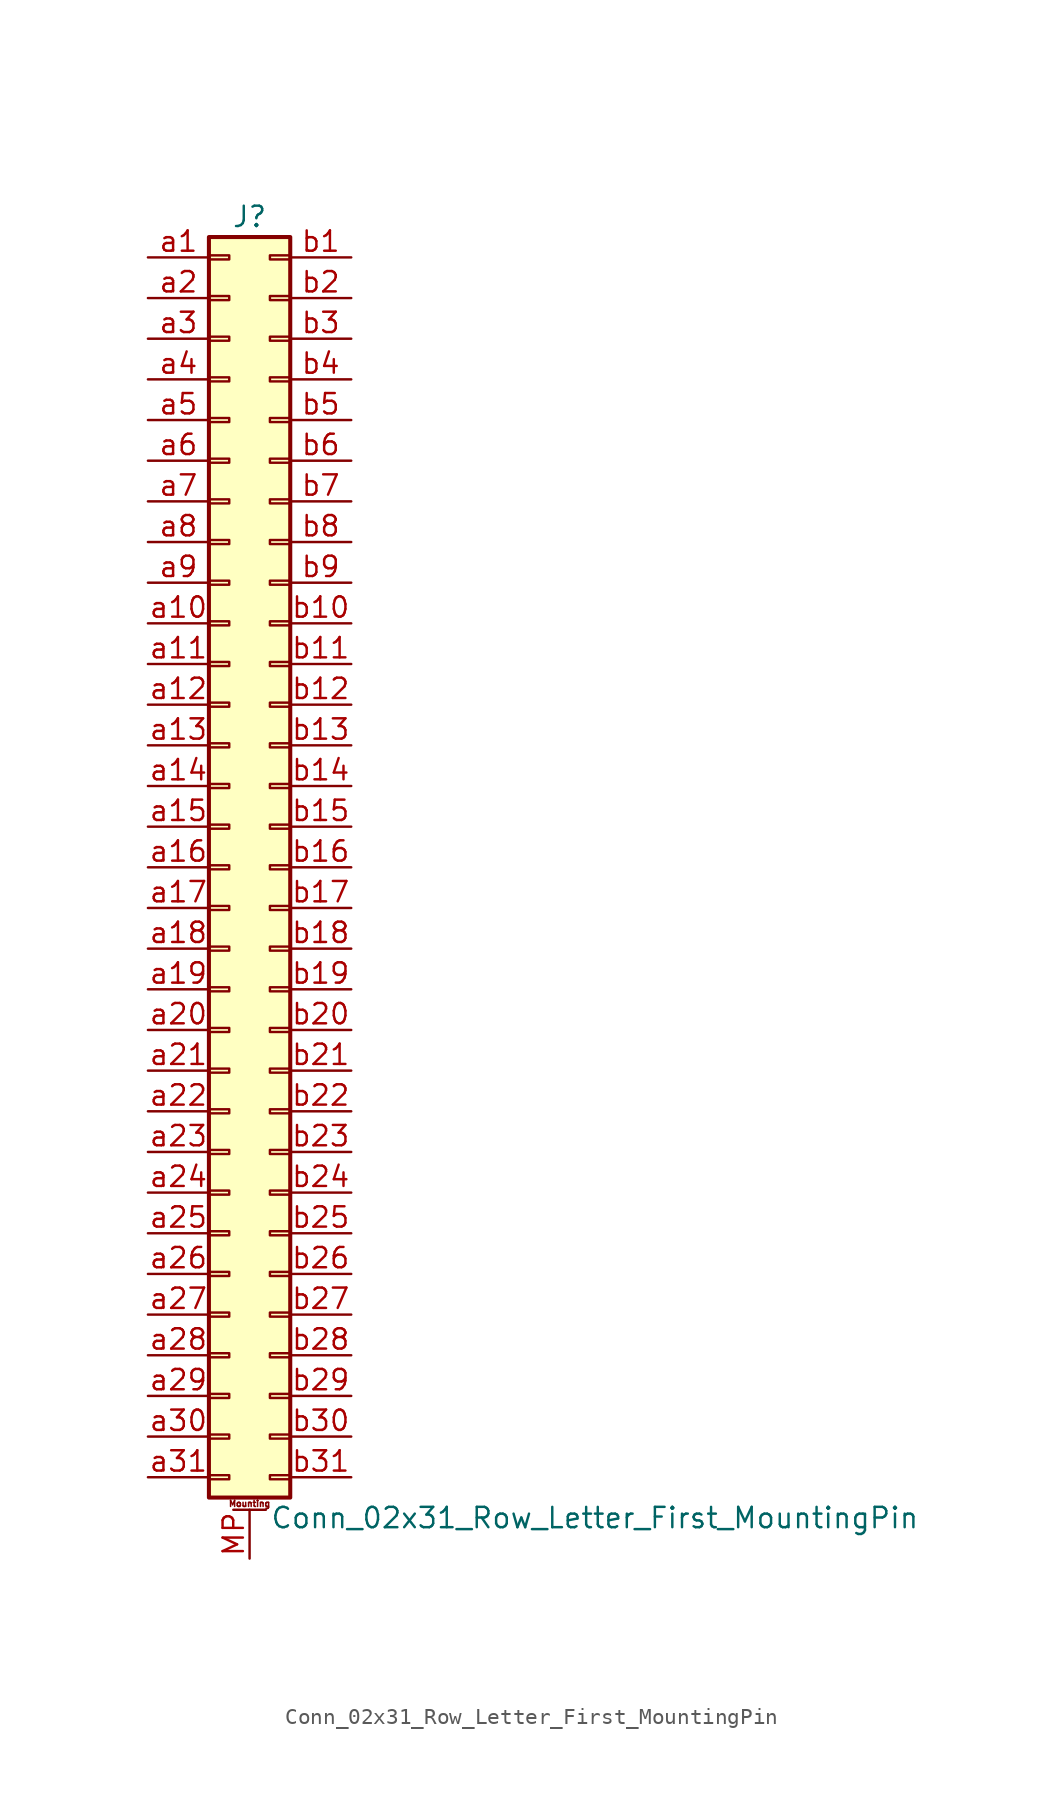
<source format=kicad_sym>
(kicad_symbol_lib
  (version 20201005)
  (generator kicad_symbol_editor)
  (symbol "Conn_02x31_Row_Letter_First_MountingPin"
    (pin_names
      (offset 1.016) hide)
    (property "Reference" "J"
      (at 1.27 40.64 0)
      (effects (font (size 1.27 1.27))))
    (property "Value" "Conn_02x31_Row_Letter_First_MountingPin"
      (at 2.54 -40.64 0)
      (effects (font (size 1.27 1.27)) (justify left)))
    (symbol "Conn_02x31_Row_Letter_First_MountingPin_1_1"
      (text "Mounting" (at 1.27 -39.751 0) (effects (font (size 0.381 0.381))))
      (rectangle (start -1.27 -37.973) (end 0 -38.227) (stroke (width 0.152)) (fill (type none)))
      (rectangle (start -1.27 -35.433) (end 0 -35.687) (stroke (width 0.152)) (fill (type none)))
      (rectangle (start -1.27 -32.893) (end 0 -33.147) (stroke (width 0.152)) (fill (type none)))
      (rectangle (start -1.27 -30.353) (end 0 -30.607) (stroke (width 0.152)) (fill (type none)))
      (rectangle (start -1.27 -27.813) (end 0 -28.067) (stroke (width 0.152)) (fill (type none)))
      (rectangle (start -1.27 -25.273) (end 0 -25.527) (stroke (width 0.152)) (fill (type none)))
      (rectangle (start -1.27 -22.733) (end 0 -22.987) (stroke (width 0.152)) (fill (type none)))
      (rectangle (start -1.27 -20.193) (end 0 -20.447) (stroke (width 0.152)) (fill (type none)))
      (rectangle (start -1.27 -17.653) (end 0 -17.907) (stroke (width 0.152)) (fill (type none)))
      (rectangle (start -1.27 -15.113) (end 0 -15.367) (stroke (width 0.152)) (fill (type none)))
      (rectangle (start -1.27 -12.573) (end 0 -12.827) (stroke (width 0.152)) (fill (type none)))
      (rectangle (start -1.27 -10.033) (end 0 -10.287) (stroke (width 0.152)) (fill (type none)))
      (rectangle (start -1.27 -7.493) (end 0 -7.747) (stroke (width 0.152)) (fill (type none)))
      (rectangle (start -1.27 -4.953) (end 0 -5.207) (stroke (width 0.152)) (fill (type none)))
      (rectangle (start -1.27 -2.413) (end 0 -2.667) (stroke (width 0.152)) (fill (type none)))
      (rectangle (start -1.27 0.127) (end 0 -0.127) (stroke (width 0.152)) (fill (type none)))
      (rectangle (start -1.27 2.667) (end 0 2.413) (stroke (width 0.152)) (fill (type none)))
      (rectangle (start -1.27 5.207) (end 0 4.953) (stroke (width 0.152)) (fill (type none)))
      (rectangle (start -1.27 7.747) (end 0 7.493) (stroke (width 0.152)) (fill (type none)))
      (rectangle (start -1.27 10.287) (end 0 10.033) (stroke (width 0.152)) (fill (type none)))
      (rectangle (start -1.27 12.827) (end 0 12.573) (stroke (width 0.152)) (fill (type none)))
      (rectangle (start -1.27 15.367) (end 0 15.113) (stroke (width 0.152)) (fill (type none)))
      (rectangle (start -1.27 17.907) (end 0 17.653) (stroke (width 0.152)) (fill (type none)))
      (rectangle (start -1.27 20.447) (end 0 20.193) (stroke (width 0.152)) (fill (type none)))
      (rectangle (start -1.27 22.987) (end 0 22.733) (stroke (width 0.152)) (fill (type none)))
      (rectangle (start -1.27 25.527) (end 0 25.273) (stroke (width 0.152)) (fill (type none)))
      (rectangle (start -1.27 28.067) (end 0 27.813) (stroke (width 0.152)) (fill (type none)))
      (rectangle (start -1.27 30.607) (end 0 30.353) (stroke (width 0.152)) (fill (type none)))
      (rectangle (start -1.27 33.147) (end 0 32.893) (stroke (width 0.152)) (fill (type none)))
      (rectangle (start -1.27 35.687) (end 0 35.433) (stroke (width 0.152)) (fill (type none)))
      (rectangle (start -1.27 38.227) (end 0 37.973) (stroke (width 0.152)) (fill (type none)))
      (rectangle (start 3.81 -37.973) (end 2.54 -38.227) (stroke (width 0.152)) (fill (type none)))
      (rectangle (start 3.81 -35.433) (end 2.54 -35.687) (stroke (width 0.152)) (fill (type none)))
      (rectangle (start 3.81 -32.893) (end 2.54 -33.147) (stroke (width 0.152)) (fill (type none)))
      (rectangle (start 3.81 -30.353) (end 2.54 -30.607) (stroke (width 0.152)) (fill (type none)))
      (rectangle (start 3.81 -27.813) (end 2.54 -28.067) (stroke (width 0.152)) (fill (type none)))
      (rectangle (start 3.81 -25.273) (end 2.54 -25.527) (stroke (width 0.152)) (fill (type none)))
      (rectangle (start 3.81 -22.733) (end 2.54 -22.987) (stroke (width 0.152)) (fill (type none)))
      (rectangle (start 3.81 -20.193) (end 2.54 -20.447) (stroke (width 0.152)) (fill (type none)))
      (rectangle (start 3.81 -17.653) (end 2.54 -17.907) (stroke (width 0.152)) (fill (type none)))
      (rectangle (start 3.81 -15.113) (end 2.54 -15.367) (stroke (width 0.152)) (fill (type none)))
      (rectangle (start 3.81 -12.573) (end 2.54 -12.827) (stroke (width 0.152)) (fill (type none)))
      (rectangle (start 3.81 -10.033) (end 2.54 -10.287) (stroke (width 0.152)) (fill (type none)))
      (rectangle (start 3.81 -7.493) (end 2.54 -7.747) (stroke (width 0.152)) (fill (type none)))
      (rectangle (start 3.81 -4.953) (end 2.54 -5.207) (stroke (width 0.152)) (fill (type none)))
      (rectangle (start 3.81 -2.413) (end 2.54 -2.667) (stroke (width 0.152)) (fill (type none)))
      (rectangle (start 3.81 0.127) (end 2.54 -0.127) (stroke (width 0.152)) (fill (type none)))
      (rectangle (start 3.81 2.667) (end 2.54 2.413) (stroke (width 0.152)) (fill (type none)))
      (rectangle (start 3.81 5.207) (end 2.54 4.953) (stroke (width 0.152)) (fill (type none)))
      (rectangle (start 3.81 7.747) (end 2.54 7.493) (stroke (width 0.152)) (fill (type none)))
      (rectangle (start 3.81 10.287) (end 2.54 10.033) (stroke (width 0.152)) (fill (type none)))
      (rectangle (start 3.81 12.827) (end 2.54 12.573) (stroke (width 0.152)) (fill (type none)))
      (rectangle (start 3.81 15.367) (end 2.54 15.113) (stroke (width 0.152)) (fill (type none)))
      (rectangle (start 3.81 17.907) (end 2.54 17.653) (stroke (width 0.152)) (fill (type none)))
      (rectangle (start 3.81 20.447) (end 2.54 20.193) (stroke (width 0.152)) (fill (type none)))
      (rectangle (start 3.81 22.987) (end 2.54 22.733) (stroke (width 0.152)) (fill (type none)))
      (rectangle (start 3.81 25.527) (end 2.54 25.273) (stroke (width 0.152)) (fill (type none)))
      (rectangle (start 3.81 28.067) (end 2.54 27.813) (stroke (width 0.152)) (fill (type none)))
      (rectangle (start 3.81 30.607) (end 2.54 30.353) (stroke (width 0.152)) (fill (type none)))
      (rectangle (start 3.81 33.147) (end 2.54 32.893) (stroke (width 0.152)) (fill (type none)))
      (rectangle (start 3.81 35.687) (end 2.54 35.433) (stroke (width 0.152)) (fill (type none)))
      (rectangle (start 3.81 38.227) (end 2.54 37.973) (stroke (width 0.152)) (fill (type none)))
      (rectangle (start -1.27 39.37) (end 3.81 -39.37) (stroke (width 0.254)) (fill (type background)))
      (polyline (pts (xy 0.254 -40.132) (xy 2.286 -40.132)) (stroke (width 0.152)) (fill (type none)))
      (pin passive line (at 1.27 -43.18 90) (length 3.048) (name "MountPin" (effects (font (size 1.27 1.27)))) (number "MP" (effects (font (size 1.27 1.27)))))
      (pin passive line (at -5.08 38.1 0) (length 3.81) (name "Pin_a1" (effects (font (size 1.27 1.27)))) (number "a1" (effects (font (size 1.27 1.27)))))
      (pin passive line (at -5.08 15.24 0) (length 3.81) (name "Pin_a10" (effects (font (size 1.27 1.27)))) (number "a10" (effects (font (size 1.27 1.27)))))
      (pin passive line (at -5.08 12.7 0) (length 3.81) (name "Pin_a11" (effects (font (size 1.27 1.27)))) (number "a11" (effects (font (size 1.27 1.27)))))
      (pin passive line (at -5.08 10.16 0) (length 3.81) (name "Pin_a12" (effects (font (size 1.27 1.27)))) (number "a12" (effects (font (size 1.27 1.27)))))
      (pin passive line (at -5.08 7.62 0) (length 3.81) (name "Pin_a13" (effects (font (size 1.27 1.27)))) (number "a13" (effects (font (size 1.27 1.27)))))
      (pin passive line (at -5.08 5.08 0) (length 3.81) (name "Pin_a14" (effects (font (size 1.27 1.27)))) (number "a14" (effects (font (size 1.27 1.27)))))
      (pin passive line (at -5.08 2.54 0) (length 3.81) (name "Pin_a15" (effects (font (size 1.27 1.27)))) (number "a15" (effects (font (size 1.27 1.27)))))
      (pin passive line (at -5.08 0 0) (length 3.81) (name "Pin_a16" (effects (font (size 1.27 1.27)))) (number "a16" (effects (font (size 1.27 1.27)))))
      (pin passive line (at -5.08 -2.54 0) (length 3.81) (name "Pin_a17" (effects (font (size 1.27 1.27)))) (number "a17" (effects (font (size 1.27 1.27)))))
      (pin passive line (at -5.08 -5.08 0) (length 3.81) (name "Pin_a18" (effects (font (size 1.27 1.27)))) (number "a18" (effects (font (size 1.27 1.27)))))
      (pin passive line (at -5.08 -7.62 0) (length 3.81) (name "Pin_a19" (effects (font (size 1.27 1.27)))) (number "a19" (effects (font (size 1.27 1.27)))))
      (pin passive line (at -5.08 35.56 0) (length 3.81) (name "Pin_a2" (effects (font (size 1.27 1.27)))) (number "a2" (effects (font (size 1.27 1.27)))))
      (pin passive line (at -5.08 -10.16 0) (length 3.81) (name "Pin_a20" (effects (font (size 1.27 1.27)))) (number "a20" (effects (font (size 1.27 1.27)))))
      (pin passive line (at -5.08 -12.7 0) (length 3.81) (name "Pin_a21" (effects (font (size 1.27 1.27)))) (number "a21" (effects (font (size 1.27 1.27)))))
      (pin passive line (at -5.08 -15.24 0) (length 3.81) (name "Pin_a22" (effects (font (size 1.27 1.27)))) (number "a22" (effects (font (size 1.27 1.27)))))
      (pin passive line (at -5.08 -17.78 0) (length 3.81) (name "Pin_a23" (effects (font (size 1.27 1.27)))) (number "a23" (effects (font (size 1.27 1.27)))))
      (pin passive line (at -5.08 -20.32 0) (length 3.81) (name "Pin_a24" (effects (font (size 1.27 1.27)))) (number "a24" (effects (font (size 1.27 1.27)))))
      (pin passive line (at -5.08 -22.86 0) (length 3.81) (name "Pin_a25" (effects (font (size 1.27 1.27)))) (number "a25" (effects (font (size 1.27 1.27)))))
      (pin passive line (at -5.08 -25.4 0) (length 3.81) (name "Pin_a26" (effects (font (size 1.27 1.27)))) (number "a26" (effects (font (size 1.27 1.27)))))
      (pin passive line (at -5.08 -27.94 0) (length 3.81) (name "Pin_a27" (effects (font (size 1.27 1.27)))) (number "a27" (effects (font (size 1.27 1.27)))))
      (pin passive line (at -5.08 -30.48 0) (length 3.81) (name "Pin_a28" (effects (font (size 1.27 1.27)))) (number "a28" (effects (font (size 1.27 1.27)))))
      (pin passive line (at -5.08 -33.02 0) (length 3.81) (name "Pin_a29" (effects (font (size 1.27 1.27)))) (number "a29" (effects (font (size 1.27 1.27)))))
      (pin passive line (at -5.08 33.02 0) (length 3.81) (name "Pin_a3" (effects (font (size 1.27 1.27)))) (number "a3" (effects (font (size 1.27 1.27)))))
      (pin passive line (at -5.08 -35.56 0) (length 3.81) (name "Pin_a30" (effects (font (size 1.27 1.27)))) (number "a30" (effects (font (size 1.27 1.27)))))
      (pin passive line (at -5.08 -38.1 0) (length 3.81) (name "Pin_a31" (effects (font (size 1.27 1.27)))) (number "a31" (effects (font (size 1.27 1.27)))))
      (pin passive line (at -5.08 30.48 0) (length 3.81) (name "Pin_a4" (effects (font (size 1.27 1.27)))) (number "a4" (effects (font (size 1.27 1.27)))))
      (pin passive line (at -5.08 27.94 0) (length 3.81) (name "Pin_a5" (effects (font (size 1.27 1.27)))) (number "a5" (effects (font (size 1.27 1.27)))))
      (pin passive line (at -5.08 25.4 0) (length 3.81) (name "Pin_a6" (effects (font (size 1.27 1.27)))) (number "a6" (effects (font (size 1.27 1.27)))))
      (pin passive line (at -5.08 22.86 0) (length 3.81) (name "Pin_a7" (effects (font (size 1.27 1.27)))) (number "a7" (effects (font (size 1.27 1.27)))))
      (pin passive line (at -5.08 20.32 0) (length 3.81) (name "Pin_a8" (effects (font (size 1.27 1.27)))) (number "a8" (effects (font (size 1.27 1.27)))))
      (pin passive line (at -5.08 17.78 0) (length 3.81) (name "Pin_a9" (effects (font (size 1.27 1.27)))) (number "a9" (effects (font (size 1.27 1.27)))))
      (pin passive line (at 7.62 38.1 180) (length 3.81) (name "Pin_b1" (effects (font (size 1.27 1.27)))) (number "b1" (effects (font (size 1.27 1.27)))))
      (pin passive line (at 7.62 15.24 180) (length 3.81) (name "Pin_b10" (effects (font (size 1.27 1.27)))) (number "b10" (effects (font (size 1.27 1.27)))))
      (pin passive line (at 7.62 12.7 180) (length 3.81) (name "Pin_b11" (effects (font (size 1.27 1.27)))) (number "b11" (effects (font (size 1.27 1.27)))))
      (pin passive line (at 7.62 10.16 180) (length 3.81) (name "Pin_b12" (effects (font (size 1.27 1.27)))) (number "b12" (effects (font (size 1.27 1.27)))))
      (pin passive line (at 7.62 7.62 180) (length 3.81) (name "Pin_b13" (effects (font (size 1.27 1.27)))) (number "b13" (effects (font (size 1.27 1.27)))))
      (pin passive line (at 7.62 5.08 180) (length 3.81) (name "Pin_b14" (effects (font (size 1.27 1.27)))) (number "b14" (effects (font (size 1.27 1.27)))))
      (pin passive line (at 7.62 2.54 180) (length 3.81) (name "Pin_b15" (effects (font (size 1.27 1.27)))) (number "b15" (effects (font (size 1.27 1.27)))))
      (pin passive line (at 7.62 0 180) (length 3.81) (name "Pin_b16" (effects (font (size 1.27 1.27)))) (number "b16" (effects (font (size 1.27 1.27)))))
      (pin passive line (at 7.62 -2.54 180) (length 3.81) (name "Pin_b17" (effects (font (size 1.27 1.27)))) (number "b17" (effects (font (size 1.27 1.27)))))
      (pin passive line (at 7.62 -5.08 180) (length 3.81) (name "Pin_b18" (effects (font (size 1.27 1.27)))) (number "b18" (effects (font (size 1.27 1.27)))))
      (pin passive line (at 7.62 -7.62 180) (length 3.81) (name "Pin_b19" (effects (font (size 1.27 1.27)))) (number "b19" (effects (font (size 1.27 1.27)))))
      (pin passive line (at 7.62 35.56 180) (length 3.81) (name "Pin_b2" (effects (font (size 1.27 1.27)))) (number "b2" (effects (font (size 1.27 1.27)))))
      (pin passive line (at 7.62 -10.16 180) (length 3.81) (name "Pin_b20" (effects (font (size 1.27 1.27)))) (number "b20" (effects (font (size 1.27 1.27)))))
      (pin passive line (at 7.62 -12.7 180) (length 3.81) (name "Pin_b21" (effects (font (size 1.27 1.27)))) (number "b21" (effects (font (size 1.27 1.27)))))
      (pin passive line (at 7.62 -15.24 180) (length 3.81) (name "Pin_b22" (effects (font (size 1.27 1.27)))) (number "b22" (effects (font (size 1.27 1.27)))))
      (pin passive line (at 7.62 -17.78 180) (length 3.81) (name "Pin_b23" (effects (font (size 1.27 1.27)))) (number "b23" (effects (font (size 1.27 1.27)))))
      (pin passive line (at 7.62 -20.32 180) (length 3.81) (name "Pin_b24" (effects (font (size 1.27 1.27)))) (number "b24" (effects (font (size 1.27 1.27)))))
      (pin passive line (at 7.62 -22.86 180) (length 3.81) (name "Pin_b25" (effects (font (size 1.27 1.27)))) (number "b25" (effects (font (size 1.27 1.27)))))
      (pin passive line (at 7.62 -25.4 180) (length 3.81) (name "Pin_b26" (effects (font (size 1.27 1.27)))) (number "b26" (effects (font (size 1.27 1.27)))))
      (pin passive line (at 7.62 -27.94 180) (length 3.81) (name "Pin_b27" (effects (font (size 1.27 1.27)))) (number "b27" (effects (font (size 1.27 1.27)))))
      (pin passive line (at 7.62 -30.48 180) (length 3.81) (name "Pin_b28" (effects (font (size 1.27 1.27)))) (number "b28" (effects (font (size 1.27 1.27)))))
      (pin passive line (at 7.62 -33.02 180) (length 3.81) (name "Pin_b29" (effects (font (size 1.27 1.27)))) (number "b29" (effects (font (size 1.27 1.27)))))
      (pin passive line (at 7.62 33.02 180) (length 3.81) (name "Pin_b3" (effects (font (size 1.27 1.27)))) (number "b3" (effects (font (size 1.27 1.27)))))
      (pin passive line (at 7.62 -35.56 180) (length 3.81) (name "Pin_b30" (effects (font (size 1.27 1.27)))) (number "b30" (effects (font (size 1.27 1.27)))))
      (pin passive line (at 7.62 -38.1 180) (length 3.81) (name "Pin_b31" (effects (font (size 1.27 1.27)))) (number "b31" (effects (font (size 1.27 1.27)))))
      (pin passive line (at 7.62 30.48 180) (length 3.81) (name "Pin_b4" (effects (font (size 1.27 1.27)))) (number "b4" (effects (font (size 1.27 1.27)))))
      (pin passive line (at 7.62 27.94 180) (length 3.81) (name "Pin_b5" (effects (font (size 1.27 1.27)))) (number "b5" (effects (font (size 1.27 1.27)))))
      (pin passive line (at 7.62 25.4 180) (length 3.81) (name "Pin_b6" (effects (font (size 1.27 1.27)))) (number "b6" (effects (font (size 1.27 1.27)))))
      (pin passive line (at 7.62 22.86 180) (length 3.81) (name "Pin_b7" (effects (font (size 1.27 1.27)))) (number "b7" (effects (font (size 1.27 1.27)))))
      (pin passive line (at 7.62 20.32 180) (length 3.81) (name "Pin_b8" (effects (font (size 1.27 1.27)))) (number "b8" (effects (font (size 1.27 1.27)))))
      (pin passive line (at 7.62 17.78 180) (length 3.81) (name "Pin_b9" (effects (font (size 1.27 1.27)))) (number "b9" (effects (font (size 1.27 1.27))))))))
</source>
